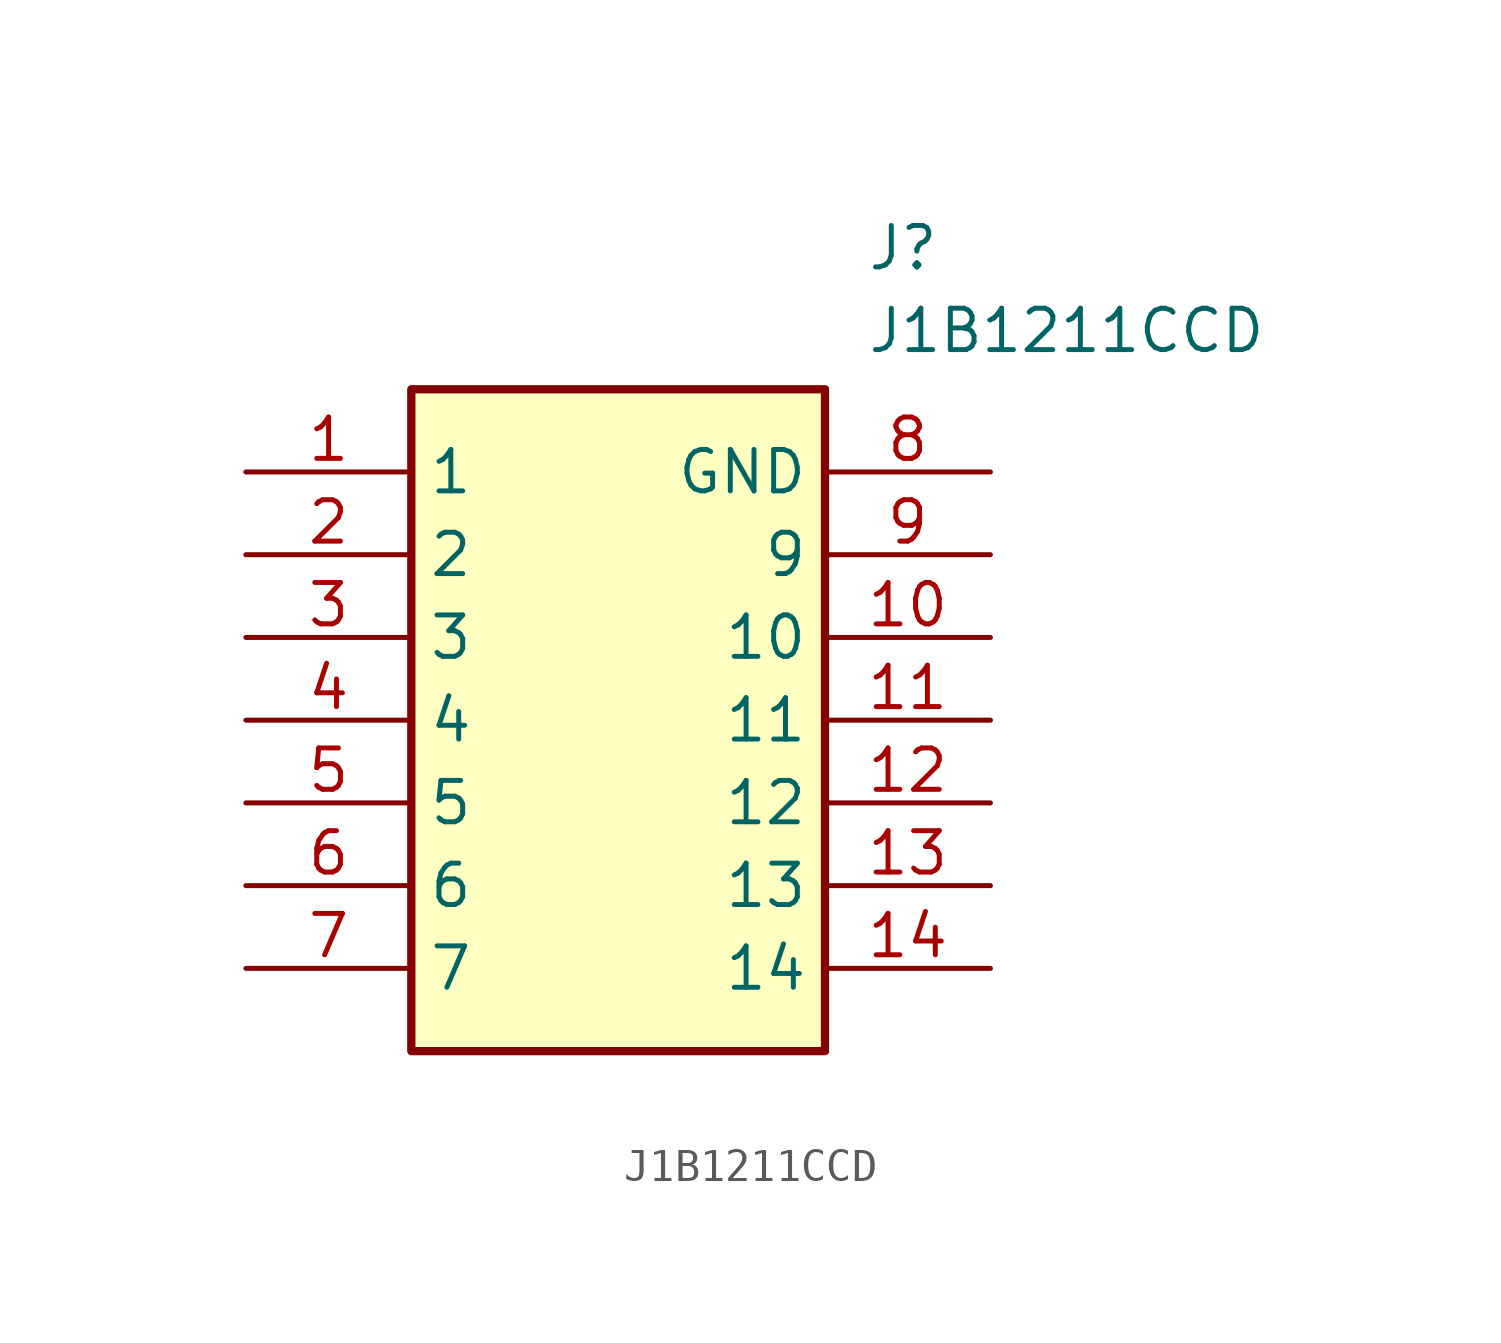
<source format=kicad_sym>
(kicad_symbol_lib
  (version 20211014)
  (generator SamacSys_ECAD_Model)
  (symbol "J1B1211CCD"
    (property "Reference" "J"
      (at 19.05 7.62 0)
      (effects (font (size 1.27 1.27)) (justify left top)))
    (property "Value" "J1B1211CCD"
      (at 19.05 5.08 0)
      (effects (font (size 1.27 1.27)) (justify left top)))
    (rectangle
      (start 5.08 2.54)
      (end 17.78 -17.78)
      (stroke (width 0.254) (type default))
      (fill (type background)))
    (pin passive line
      (at 0 0 0)
      (length 5.08)
      (name "1" (effects (font (size 1.27 1.27))))
      (number "1" (effects (font (size 1.27 1.27)))))
    (pin passive line
      (at 0 -2.54 0)
      (length 5.08)
      (name "2" (effects (font (size 1.27 1.27))))
      (number "2" (effects (font (size 1.27 1.27)))))
    (pin passive line
      (at 0 -5.08 0)
      (length 5.08)
      (name "3" (effects (font (size 1.27 1.27))))
      (number "3" (effects (font (size 1.27 1.27)))))
    (pin passive line
      (at 0 -7.62 0)
      (length 5.08)
      (name "4" (effects (font (size 1.27 1.27))))
      (number "4" (effects (font (size 1.27 1.27)))))
    (pin passive line
      (at 0 -10.16 0)
      (length 5.08)
      (name "5" (effects (font (size 1.27 1.27))))
      (number "5" (effects (font (size 1.27 1.27)))))
    (pin passive line
      (at 0 -12.7 0)
      (length 5.08)
      (name "6" (effects (font (size 1.27 1.27))))
      (number "6" (effects (font (size 1.27 1.27)))))
    (pin passive line
      (at 0 -15.24 0)
      (length 5.08)
      (name "7" (effects (font (size 1.27 1.27))))
      (number "7" (effects (font (size 1.27 1.27)))))
    (pin passive line
      (at 22.86 0 180)
      (length 5.08)
      (name "GND" (effects (font (size 1.27 1.27))))
      (number "8" (effects (font (size 1.27 1.27)))))
    (pin passive line
      (at 22.86 -2.54 180)
      (length 5.08)
      (name "9" (effects (font (size 1.27 1.27))))
      (number "9" (effects (font (size 1.27 1.27)))))
    (pin passive line
      (at 22.86 -5.08 180)
      (length 5.08)
      (name "10" (effects (font (size 1.27 1.27))))
      (number "10" (effects (font (size 1.27 1.27)))))
    (pin passive line
      (at 22.86 -7.62 180)
      (length 5.08)
      (name "11" (effects (font (size 1.27 1.27))))
      (number "11" (effects (font (size 1.27 1.27)))))
    (pin passive line
      (at 22.86 -10.16 180)
      (length 5.08)
      (name "12" (effects (font (size 1.27 1.27))))
      (number "12" (effects (font (size 1.27 1.27)))))
    (pin passive line
      (at 22.86 -12.7 180)
      (length 5.08)
      (name "13" (effects (font (size 1.27 1.27))))
      (number "13" (effects (font (size 1.27 1.27)))))
    (pin passive line
      (at 22.86 -15.24 180)
      (length 5.08)
      (name "14" (effects (font (size 1.27 1.27))))
      (number "14" (effects (font (size 1.27 1.27)))))))
</source>
